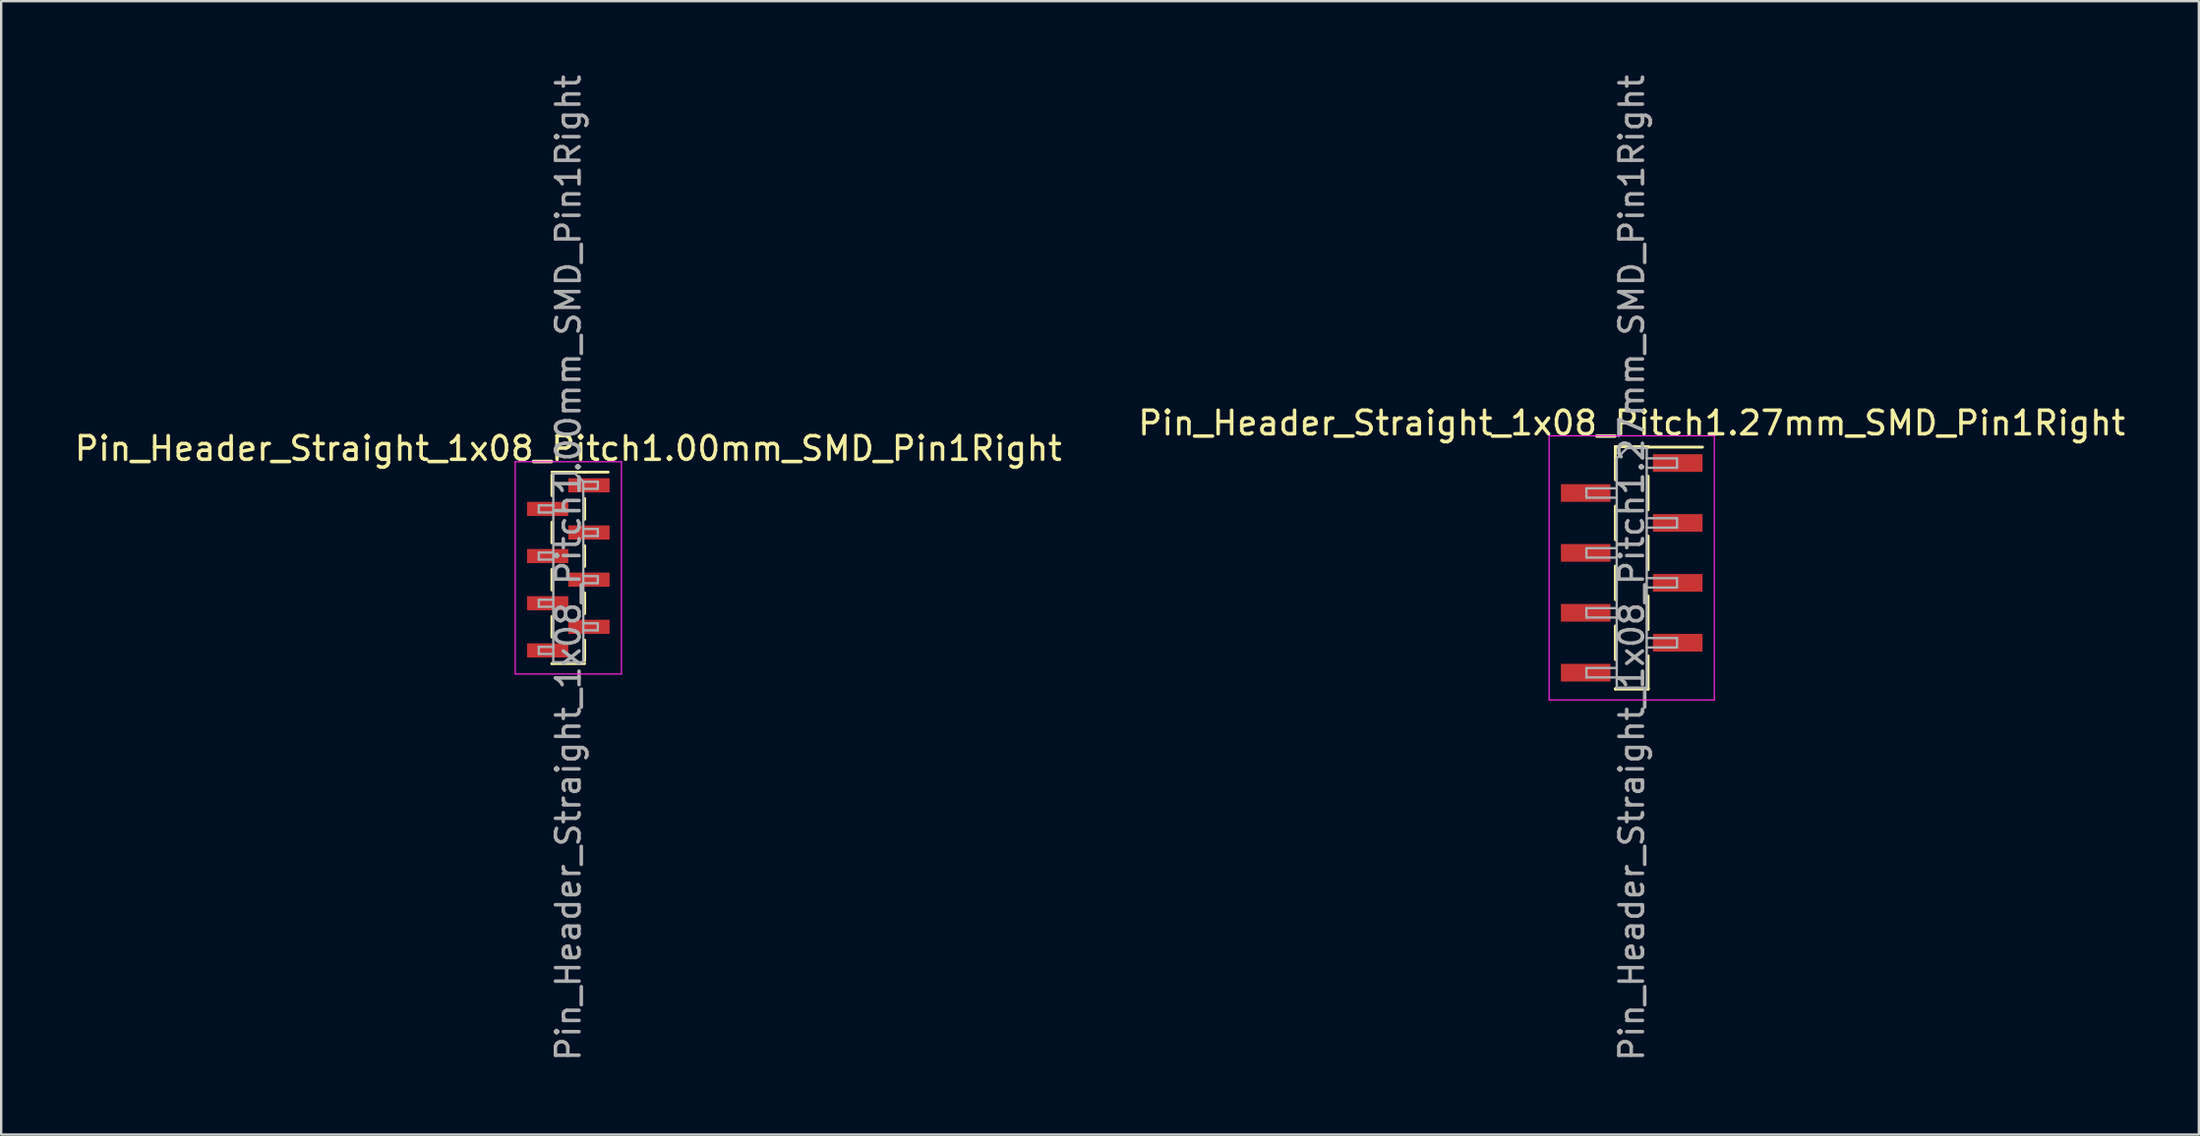
<source format=kicad_pcb>
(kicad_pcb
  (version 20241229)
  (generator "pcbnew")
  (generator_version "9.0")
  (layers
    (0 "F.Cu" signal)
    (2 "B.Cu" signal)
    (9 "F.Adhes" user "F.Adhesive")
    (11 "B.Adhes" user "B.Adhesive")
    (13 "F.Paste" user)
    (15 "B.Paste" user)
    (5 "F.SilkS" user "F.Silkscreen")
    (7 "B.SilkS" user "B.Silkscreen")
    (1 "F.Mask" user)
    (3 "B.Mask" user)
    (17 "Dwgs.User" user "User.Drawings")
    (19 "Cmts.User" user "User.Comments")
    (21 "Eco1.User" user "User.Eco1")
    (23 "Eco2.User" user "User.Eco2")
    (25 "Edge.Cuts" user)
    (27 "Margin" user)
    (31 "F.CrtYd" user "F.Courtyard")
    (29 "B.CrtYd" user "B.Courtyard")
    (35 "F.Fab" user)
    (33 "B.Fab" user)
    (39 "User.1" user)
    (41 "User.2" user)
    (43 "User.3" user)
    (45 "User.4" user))
  (footprint "Pin_Header_Straight_1x08_Pitch1.00mm_SMD_Pin1Right"
    (layer "F.Cu")
    (at 21.03 21.03)
    (property "Reference" "Pin_Header_Straight_1x08_Pitch1.00mm_SMD_Pin1Right" (at 0 -5.06 0) (layer "F.SilkS") (effects (font (size 1 1) (thickness 0.15))))
    (attr smd)
    (fp_line (start -0.695 -4.06) (end 0.695 -4.06) (stroke (width 0.12) (type solid)) (layer "F.SilkS"))
    (fp_line (start -0.695 -3.94) (end -0.695 -3.06) (stroke (width 0.12) (type solid)) (layer "F.SilkS"))
    (fp_line (start -0.695 -1.94) (end -0.695 -1.06) (stroke (width 0.12) (type solid)) (layer "F.SilkS"))
    (fp_line (start -0.695 0.06) (end -0.695 0.94) (stroke (width 0.12) (type solid)) (layer "F.SilkS"))
    (fp_line (start -0.695 2.06) (end -0.695 2.94) (stroke (width 0.12) (type solid)) (layer "F.SilkS"))
    (fp_line (start -0.695 4.06) (end -0.695 4.06) (stroke (width 0.12) (type solid)) (layer "F.SilkS"))
    (fp_line (start -0.695 4.06) (end 0.695 4.06) (stroke (width 0.12) (type solid)) (layer "F.SilkS"))
    (fp_line (start 0.695 -4.06) (end 0.695 -4.06) (stroke (width 0.12) (type solid)) (layer "F.SilkS"))
    (fp_line (start 0.695 -4.06) (end 1.69 -4.06) (stroke (width 0.12) (type solid)) (layer "F.SilkS"))
    (fp_line (start 0.695 -2.94) (end 0.695 -2.06) (stroke (width 0.12) (type solid)) (layer "F.SilkS"))
    (fp_line (start 0.695 -0.94) (end 0.695 -0.06) (stroke (width 0.12) (type solid)) (layer "F.SilkS"))
    (fp_line (start 0.695 1.06) (end 0.695 1.94) (stroke (width 0.12) (type solid)) (layer "F.SilkS"))
    (fp_line (start 0.695 3.06) (end 0.695 3.94) (stroke (width 0.12) (type solid)) (layer "F.SilkS"))
    (fp_line (start -2.25 -4.5) (end -2.25 4.5) (stroke (width 0.05) (type solid)) (layer "F.CrtYd"))
    (fp_line (start -2.25 4.5) (end 2.25 4.5) (stroke (width 0.05) (type solid)) (layer "F.CrtYd"))
    (fp_line (start 2.25 -4.5) (end -2.25 -4.5) (stroke (width 0.05) (type solid)) (layer "F.CrtYd"))
    (fp_line (start 2.25 4.5) (end 2.25 -4.5) (stroke (width 0.05) (type solid)) (layer "F.CrtYd"))
    (fp_line (start -1.25 -2.65) (end -1.25 -2.35) (stroke (width 0.1) (type solid)) (layer "F.Fab"))
    (fp_line (start -1.25 -2.35) (end -0.635 -2.35) (stroke (width 0.1) (type solid)) (layer "F.Fab"))
    (fp_line (start -1.25 -0.65) (end -1.25 -0.35) (stroke (width 0.1) (type solid)) (layer "F.Fab"))
    (fp_line (start -1.25 -0.35) (end -0.635 -0.35) (stroke (width 0.1) (type solid)) (layer "F.Fab"))
    (fp_line (start -1.25 1.35) (end -1.25 1.65) (stroke (width 0.1) (type solid)) (layer "F.Fab"))
    (fp_line (start -1.25 1.65) (end -0.635 1.65) (stroke (width 0.1) (type solid)) (layer "F.Fab"))
    (fp_line (start -1.25 3.35) (end -1.25 3.65) (stroke (width 0.1) (type solid)) (layer "F.Fab"))
    (fp_line (start -1.25 3.65) (end -0.635 3.65) (stroke (width 0.1) (type solid)) (layer "F.Fab"))
    (fp_line (start -0.635 -4) (end -0.635 4) (stroke (width 0.1) (type solid)) (layer "F.Fab"))
    (fp_line (start -0.635 -4) (end 0.285 -4) (stroke (width 0.1) (type solid)) (layer "F.Fab"))
    (fp_line (start -0.635 -2.65) (end -1.25 -2.65) (stroke (width 0.1) (type solid)) (layer "F.Fab"))
    (fp_line (start -0.635 -0.65) (end -1.25 -0.65) (stroke (width 0.1) (type solid)) (layer "F.Fab"))
    (fp_line (start -0.635 1.35) (end -1.25 1.35) (stroke (width 0.1) (type solid)) (layer "F.Fab"))
    (fp_line (start -0.635 3.35) (end -1.25 3.35) (stroke (width 0.1) (type solid)) (layer "F.Fab"))
    (fp_line (start 0.635 -3.65) (end 0.285 -4) (stroke (width 0.1) (type solid)) (layer "F.Fab"))
    (fp_line (start 0.635 -3.65) (end 1.25 -3.65) (stroke (width 0.1) (type solid)) (layer "F.Fab"))
    (fp_line (start 0.635 -1.65) (end 1.25 -1.65) (stroke (width 0.1) (type solid)) (layer "F.Fab"))
    (fp_line (start 0.635 0.35) (end 1.25 0.35) (stroke (width 0.1) (type solid)) (layer "F.Fab"))
    (fp_line (start 0.635 2.35) (end 1.25 2.35) (stroke (width 0.1) (type solid)) (layer "F.Fab"))
    (fp_line (start 0.635 4) (end -0.635 4) (stroke (width 0.1) (type solid)) (layer "F.Fab"))
    (fp_line (start 0.635 4) (end 0.635 -3.65) (stroke (width 0.1) (type solid)) (layer "F.Fab"))
    (fp_line (start 1.25 -3.65) (end 1.25 -3.35) (stroke (width 0.1) (type solid)) (layer "F.Fab"))
    (fp_line (start 1.25 -3.35) (end 0.635 -3.35) (stroke (width 0.1) (type solid)) (layer "F.Fab"))
    (fp_line (start 1.25 -1.65) (end 1.25 -1.35) (stroke (width 0.1) (type solid)) (layer "F.Fab"))
    (fp_line (start 1.25 -1.35) (end 0.635 -1.35) (stroke (width 0.1) (type solid)) (layer "F.Fab"))
    (fp_line (start 1.25 0.35) (end 1.25 0.65) (stroke (width 0.1) (type solid)) (layer "F.Fab"))
    (fp_line (start 1.25 0.65) (end 0.635 0.65) (stroke (width 0.1) (type solid)) (layer "F.Fab"))
    (fp_line (start 1.25 2.35) (end 1.25 2.65) (stroke (width 0.1) (type solid)) (layer "F.Fab"))
    (fp_line (start 1.25 2.65) (end 0.635 2.65) (stroke (width 0.1) (type solid)) (layer "F.Fab"))
    (fp_text user "${REFERENCE}" (at 0 0 90) (layer "F.Fab") (effects (font (size 1 1) (thickness 0.15))))
    (pad "1" smd rect (at 0.875 -3.5) (size 1.75 0.6) (layers "F.Cu" "F.Mask" "F.Paste"))
    (pad "2" smd rect (at -0.875 -2.5) (size 1.75 0.6) (layers "F.Cu" "F.Mask" "F.Paste"))
    (pad "3" smd rect (at 0.875 -1.5) (size 1.75 0.6) (layers "F.Cu" "F.Mask" "F.Paste"))
    (pad "4" smd rect (at -0.875 -0.5) (size 1.75 0.6) (layers "F.Cu" "F.Mask" "F.Paste"))
    (pad "5" smd rect (at 0.875 0.5) (size 1.75 0.6) (layers "F.Cu" "F.Mask" "F.Paste"))
    (pad "6" smd rect (at -0.875 1.5) (size 1.75 0.6) (layers "F.Cu" "F.Mask" "F.Paste"))
    (pad "7" smd rect (at 0.875 2.5) (size 1.75 0.6) (layers "F.Cu" "F.Mask" "F.Paste"))
    (pad "8" smd rect (at -0.875 3.5) (size 1.75 0.6) (layers "F.Cu" "F.Mask" "F.Paste")))
  (footprint "Pin_Header_Straight_1x08_Pitch1.27mm_SMD_Pin1Right"
    (layer "F.Cu")
    (at 66.089 21.03)
    (property "Reference" "Pin_Header_Straight_1x08_Pitch1.27mm_SMD_Pin1Right" (at 0 -6.14 0) (layer "F.SilkS") (effects (font (size 1 1) (thickness 0.15))))
    (attr smd)
    (fp_line (start -0.695 -5.14) (end -0.695 -3.73) (stroke (width 0.12) (type solid)) (layer "F.SilkS"))
    (fp_line (start -0.695 -5.14) (end 0.695 -5.14) (stroke (width 0.12) (type solid)) (layer "F.SilkS"))
    (fp_line (start -0.695 -5.12) (end -0.695 -5.14) (stroke (width 0.12) (type solid)) (layer "F.SilkS"))
    (fp_line (start -0.695 -2.62) (end -0.695 -1.19) (stroke (width 0.12) (type solid)) (layer "F.SilkS"))
    (fp_line (start -0.695 -0.08) (end -0.695 1.35) (stroke (width 0.12) (type solid)) (layer "F.SilkS"))
    (fp_line (start -0.695 2.46) (end -0.695 3.89) (stroke (width 0.12) (type solid)) (layer "F.SilkS"))
    (fp_line (start -0.695 5.12) (end -0.695 5.14) (stroke (width 0.12) (type solid)) (layer "F.SilkS"))
    (fp_line (start -0.695 5.14) (end 0.695 5.14) (stroke (width 0.12) (type solid)) (layer "F.SilkS"))
    (fp_line (start 0.695 -5.14) (end 0.695 -5.12) (stroke (width 0.12) (type solid)) (layer "F.SilkS"))
    (fp_line (start 0.695 -5.12) (end 3 -5.12) (stroke (width 0.12) (type solid)) (layer "F.SilkS"))
    (fp_line (start 0.695 -3.89) (end 0.695 -2.46) (stroke (width 0.12) (type solid)) (layer "F.SilkS"))
    (fp_line (start 0.695 -1.35) (end 0.695 0.08) (stroke (width 0.12) (type solid)) (layer "F.SilkS"))
    (fp_line (start 0.695 1.19) (end 0.695 2.62) (stroke (width 0.12) (type solid)) (layer "F.SilkS"))
    (fp_line (start 0.695 3.73) (end 0.695 5.14) (stroke (width 0.12) (type solid)) (layer "F.SilkS"))
    (fp_line (start 0.695 5.14) (end 0.695 5.12) (stroke (width 0.12) (type solid)) (layer "F.SilkS"))
    (fp_line (start -3.5 -5.6) (end -3.5 5.6) (stroke (width 0.05) (type solid)) (layer "F.CrtYd"))
    (fp_line (start -3.5 5.6) (end 3.5 5.6) (stroke (width 0.05) (type solid)) (layer "F.CrtYd"))
    (fp_line (start 3.5 -5.6) (end -3.5 -5.6) (stroke (width 0.05) (type solid)) (layer "F.CrtYd"))
    (fp_line (start 3.5 5.6) (end 3.5 -5.6) (stroke (width 0.05) (type solid)) (layer "F.CrtYd"))
    (fp_line (start -1.92 -3.375) (end -1.92 -2.975) (stroke (width 0.1) (type solid)) (layer "F.Fab"))
    (fp_line (start -1.92 -2.975) (end -0.635 -2.975) (stroke (width 0.1) (type solid)) (layer "F.Fab"))
    (fp_line (start -1.92 -0.835) (end -1.92 -0.435) (stroke (width 0.1) (type solid)) (layer "F.Fab"))
    (fp_line (start -1.92 -0.435) (end -0.635 -0.435) (stroke (width 0.1) (type solid)) (layer "F.Fab"))
    (fp_line (start -1.92 1.705) (end -1.92 2.105) (stroke (width 0.1) (type solid)) (layer "F.Fab"))
    (fp_line (start -1.92 2.105) (end -0.635 2.105) (stroke (width 0.1) (type solid)) (layer "F.Fab"))
    (fp_line (start -1.92 4.245) (end -1.92 4.645) (stroke (width 0.1) (type solid)) (layer "F.Fab"))
    (fp_line (start -1.92 4.645) (end -0.635 4.645) (stroke (width 0.1) (type solid)) (layer "F.Fab"))
    (fp_line (start -0.635 -4.645) (end -0.2 -5.08) (stroke (width 0.1) (type solid)) (layer "F.Fab"))
    (fp_line (start -0.635 -3.375) (end -1.92 -3.375) (stroke (width 0.1) (type solid)) (layer "F.Fab"))
    (fp_line (start -0.635 -0.835) (end -1.92 -0.835) (stroke (width 0.1) (type solid)) (layer "F.Fab"))
    (fp_line (start -0.635 1.705) (end -1.92 1.705) (stroke (width 0.1) (type solid)) (layer "F.Fab"))
    (fp_line (start -0.635 4.245) (end -1.92 4.245) (stroke (width 0.1) (type solid)) (layer "F.Fab"))
    (fp_line (start -0.635 5.08) (end -0.635 -4.645) (stroke (width 0.1) (type solid)) (layer "F.Fab"))
    (fp_line (start -0.2 -5.08) (end 0.635 -5.08) (stroke (width 0.1) (type solid)) (layer "F.Fab"))
    (fp_line (start 0.635 -5.08) (end 0.635 5.08) (stroke (width 0.1) (type solid)) (layer "F.Fab"))
    (fp_line (start 0.635 -4.645) (end 1.92 -4.645) (stroke (width 0.1) (type solid)) (layer "F.Fab"))
    (fp_line (start 0.635 -2.105) (end 1.92 -2.105) (stroke (width 0.1) (type solid)) (layer "F.Fab"))
    (fp_line (start 0.635 0.435) (end 1.92 0.435) (stroke (width 0.1) (type solid)) (layer "F.Fab"))
    (fp_line (start 0.635 2.975) (end 1.92 2.975) (stroke (width 0.1) (type solid)) (layer "F.Fab"))
    (fp_line (start 0.635 5.08) (end -0.635 5.08) (stroke (width 0.1) (type solid)) (layer "F.Fab"))
    (fp_line (start 1.92 -4.645) (end 1.92 -4.245) (stroke (width 0.1) (type solid)) (layer "F.Fab"))
    (fp_line (start 1.92 -4.245) (end 0.635 -4.245) (stroke (width 0.1) (type solid)) (layer "F.Fab"))
    (fp_line (start 1.92 -2.105) (end 1.92 -1.705) (stroke (width 0.1) (type solid)) (layer "F.Fab"))
    (fp_line (start 1.92 -1.705) (end 0.635 -1.705) (stroke (width 0.1) (type solid)) (layer "F.Fab"))
    (fp_line (start 1.92 0.435) (end 1.92 0.835) (stroke (width 0.1) (type solid)) (layer "F.Fab"))
    (fp_line (start 1.92 0.835) (end 0.635 0.835) (stroke (width 0.1) (type solid)) (layer "F.Fab"))
    (fp_line (start 1.92 2.975) (end 1.92 3.375) (stroke (width 0.1) (type solid)) (layer "F.Fab"))
    (fp_line (start 1.92 3.375) (end 0.635 3.375) (stroke (width 0.1) (type solid)) (layer "F.Fab"))
    (fp_text user "${REFERENCE}" (at 0 0 90) (layer "F.Fab") (effects (font (size 1 1) (thickness 0.15))))
    (pad "1" smd rect (at 1.95 -4.445) (size 2.1 0.75) (layers "F.Cu" "F.Mask" "F.Paste"))
    (pad "2" smd rect (at -1.95 -3.175) (size 2.1 0.75) (layers "F.Cu" "F.Mask" "F.Paste"))
    (pad "3" smd rect (at 1.95 -1.905) (size 2.1 0.75) (layers "F.Cu" "F.Mask" "F.Paste"))
    (pad "4" smd rect (at -1.95 -0.635) (size 2.1 0.75) (layers "F.Cu" "F.Mask" "F.Paste"))
    (pad "5" smd rect (at 1.95 0.635) (size 2.1 0.75) (layers "F.Cu" "F.Mask" "F.Paste"))
    (pad "6" smd rect (at -1.95 1.905) (size 2.1 0.75) (layers "F.Cu" "F.Mask" "F.Paste"))
    (pad "7" smd rect (at 1.95 3.175) (size 2.1 0.75) (layers "F.Cu" "F.Mask" "F.Paste"))
    (pad "8" smd rect (at -1.95 4.445) (size 2.1 0.75) (layers "F.Cu" "F.Mask" "F.Paste")))
  (gr_rect
    (start -3 -3)
    (end 90.119 45.06)
    (stroke (width 0.1) (type default))
    (fill no)
    (layer "Edge.Cuts")))
</source>
